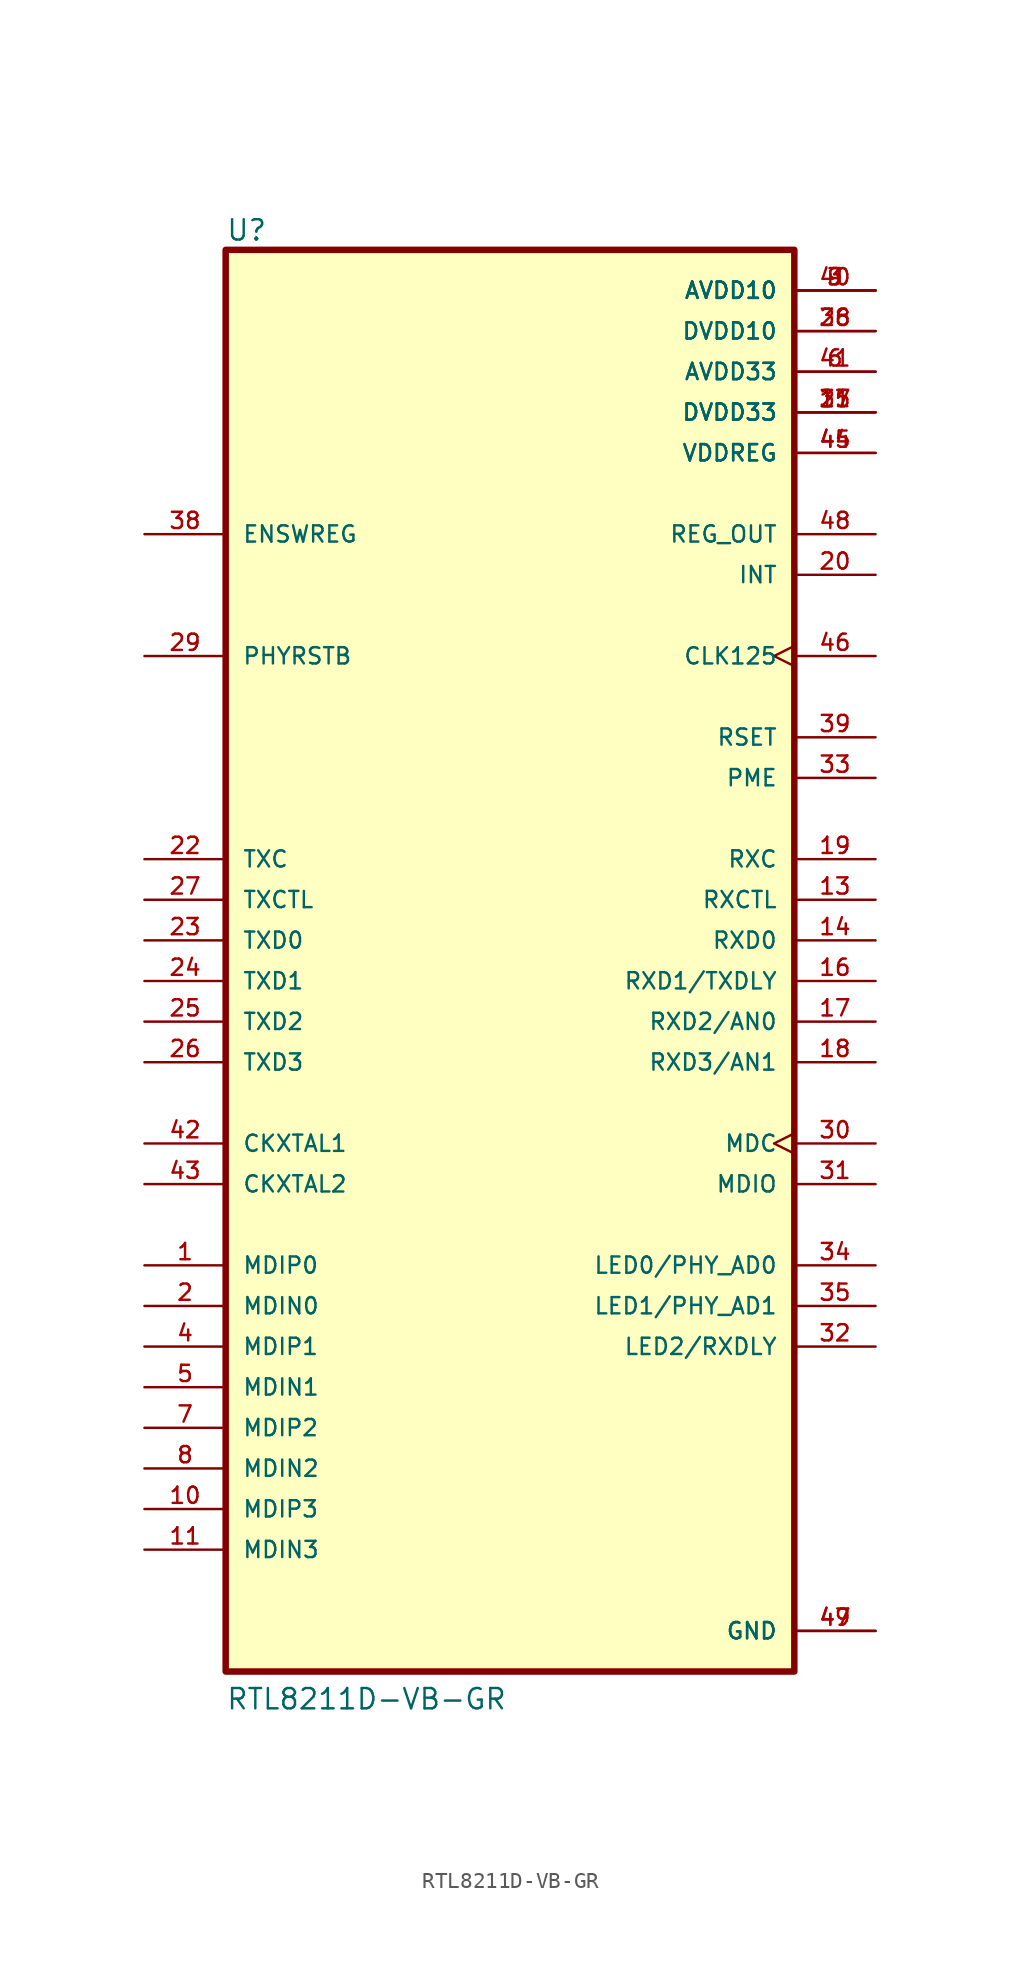
<source format=kicad_sym>
(kicad_symbol_lib
  (version 20211014)
  (generator kicad_symbol_editor)
  (symbol "RTL8211D-VB-GR"
    (pin_names
      (offset 1.016))
    (property "Reference" "U"
      (at -17.78 43.663 0)
      (effects (font (size 1.27 1.27)) (justify left bottom)))
    (property "Value" "RTL8211D-VB-GR"
      (at -17.78 -48.184 0)
      (effects (font (size 1.27 1.27)) (justify left bottom)))
    (property "ki_locked" ""
      (at 0 0 0)
      (effects (font (size 1.27 1.27))))
    (symbol "RTL8211D-VB-GR_0_0"
      (rectangle (start -17.78 -45.72) (end 17.78 43.18) (stroke (width 0.406) (type default) (color 0 0 0 0)) (fill (type background)))
      (pin bidirectional line (at -22.86 -20.32 0) (length 5.08) (name "MDIP0" (effects (font (size 1.016 1.016)))) (number "1" (effects (font (size 1.016 1.016)))))
      (pin bidirectional line (at -22.86 -35.56 0) (length 5.08) (name "MDIP3" (effects (font (size 1.016 1.016)))) (number "10" (effects (font (size 1.016 1.016)))))
      (pin bidirectional line (at -22.86 -38.1 0) (length 5.08) (name "MDIN3" (effects (font (size 1.016 1.016)))) (number "11" (effects (font (size 1.016 1.016)))))
      (pin output line (at 22.86 2.54 180) (length 5.08) (name "RXCTL" (effects (font (size 1.016 1.016)))) (number "13" (effects (font (size 1.016 1.016)))))
      (pin bidirectional line (at 22.86 0 180) (length 5.08) (name "RXD0" (effects (font (size 1.016 1.016)))) (number "14" (effects (font (size 1.016 1.016)))))
      (pin power_in line (at 22.86 33.02 180) (length 5.08) (name "DVDD33" (effects (font (size 1.016 1.016)))) (number "15" (effects (font (size 1.016 1.016)))))
      (pin bidirectional line (at 22.86 -2.54 180) (length 5.08) (name "RXD1/TXDLY" (effects (font (size 1.016 1.016)))) (number "16" (effects (font (size 1.016 1.016)))))
      (pin bidirectional line (at 22.86 -5.08 180) (length 5.08) (name "RXD2/AN0" (effects (font (size 1.016 1.016)))) (number "17" (effects (font (size 1.016 1.016)))))
      (pin bidirectional line (at 22.86 -7.62 180) (length 5.08) (name "RXD3/AN1" (effects (font (size 1.016 1.016)))) (number "18" (effects (font (size 1.016 1.016)))))
      (pin output line (at 22.86 5.08 180) (length 5.08) (name "RXC" (effects (font (size 1.016 1.016)))) (number "19" (effects (font (size 1.016 1.016)))))
      (pin bidirectional line (at -22.86 -22.86 0) (length 5.08) (name "MDIN0" (effects (font (size 1.016 1.016)))) (number "2" (effects (font (size 1.016 1.016)))))
      (pin output line (at 22.86 22.86 180) (length 5.08) (name "INT" (effects (font (size 1.016 1.016)))) (number "20" (effects (font (size 1.016 1.016)))))
      (pin power_in line (at 22.86 33.02 180) (length 5.08) (name "DVDD33" (effects (font (size 1.016 1.016)))) (number "21" (effects (font (size 1.016 1.016)))))
      (pin input line (at -22.86 5.08 0) (length 5.08) (name "TXC" (effects (font (size 1.016 1.016)))) (number "22" (effects (font (size 1.016 1.016)))))
      (pin input line (at -22.86 0 0) (length 5.08) (name "TXD0" (effects (font (size 1.016 1.016)))) (number "23" (effects (font (size 1.016 1.016)))))
      (pin input line (at -22.86 -2.54 0) (length 5.08) (name "TXD1" (effects (font (size 1.016 1.016)))) (number "24" (effects (font (size 1.016 1.016)))))
      (pin input line (at -22.86 -5.08 0) (length 5.08) (name "TXD2" (effects (font (size 1.016 1.016)))) (number "25" (effects (font (size 1.016 1.016)))))
      (pin input line (at -22.86 -7.62 0) (length 5.08) (name "TXD3" (effects (font (size 1.016 1.016)))) (number "26" (effects (font (size 1.016 1.016)))))
      (pin input line (at -22.86 2.54 0) (length 5.08) (name "TXCTL" (effects (font (size 1.016 1.016)))) (number "27" (effects (font (size 1.016 1.016)))))
      (pin power_in line (at 22.86 38.1 180) (length 5.08) (name "DVDD10" (effects (font (size 1.016 1.016)))) (number "28" (effects (font (size 1.016 1.016)))))
      (pin input line (at -22.86 17.78 0) (length 5.08) (name "PHYRSTB" (effects (font (size 1.016 1.016)))) (number "29" (effects (font (size 1.016 1.016)))))
      (pin power_in line (at 22.86 40.64 180) (length 5.08) (name "AVDD10" (effects (font (size 1.016 1.016)))) (number "3" (effects (font (size 1.016 1.016)))))
      (pin input clock (at 22.86 -12.7 180) (length 5.08) (name "MDC" (effects (font (size 1.016 1.016)))) (number "30" (effects (font (size 1.016 1.016)))))
      (pin bidirectional line (at 22.86 -15.24 180) (length 5.08) (name "MDIO" (effects (font (size 1.016 1.016)))) (number "31" (effects (font (size 1.016 1.016)))))
      (pin bidirectional line (at 22.86 -25.4 180) (length 5.08) (name "LED2/RXDLY" (effects (font (size 1.016 1.016)))) (number "32" (effects (font (size 1.016 1.016)))))
      (pin output line (at 22.86 10.16 180) (length 5.08) (name "PME" (effects (font (size 1.016 1.016)))) (number "33" (effects (font (size 1.016 1.016)))))
      (pin bidirectional line (at 22.86 -20.32 180) (length 5.08) (name "LED0/PHY_AD0" (effects (font (size 1.016 1.016)))) (number "34" (effects (font (size 1.016 1.016)))))
      (pin bidirectional line (at 22.86 -22.86 180) (length 5.08) (name "LED1/PHY_AD1" (effects (font (size 1.016 1.016)))) (number "35" (effects (font (size 1.016 1.016)))))
      (pin power_in line (at 22.86 38.1 180) (length 5.08) (name "DVDD10" (effects (font (size 1.016 1.016)))) (number "36" (effects (font (size 1.016 1.016)))))
      (pin power_in line (at 22.86 33.02 180) (length 5.08) (name "DVDD33" (effects (font (size 1.016 1.016)))) (number "37" (effects (font (size 1.016 1.016)))))
      (pin input line (at -22.86 25.4 0) (length 5.08) (name "ENSWREG" (effects (font (size 1.016 1.016)))) (number "38" (effects (font (size 1.016 1.016)))))
      (pin output line (at 22.86 12.7 180) (length 5.08) (name "RSET" (effects (font (size 1.016 1.016)))) (number "39" (effects (font (size 1.016 1.016)))))
      (pin bidirectional line (at -22.86 -25.4 0) (length 5.08) (name "MDIP1" (effects (font (size 1.016 1.016)))) (number "4" (effects (font (size 1.016 1.016)))))
      (pin power_in line (at 22.86 40.64 180) (length 5.08) (name "AVDD10" (effects (font (size 1.016 1.016)))) (number "40" (effects (font (size 1.016 1.016)))))
      (pin power_in line (at 22.86 35.56 180) (length 5.08) (name "AVDD33" (effects (font (size 1.016 1.016)))) (number "41" (effects (font (size 1.016 1.016)))))
      (pin input line (at -22.86 -12.7 0) (length 5.08) (name "CKXTAL1" (effects (font (size 1.016 1.016)))) (number "42" (effects (font (size 1.016 1.016)))))
      (pin output line (at -22.86 -15.24 0) (length 5.08) (name "CKXTAL2" (effects (font (size 1.016 1.016)))) (number "43" (effects (font (size 1.016 1.016)))))
      (pin power_in line (at 22.86 30.48 180) (length 5.08) (name "VDDREG" (effects (font (size 1.016 1.016)))) (number "44" (effects (font (size 1.016 1.016)))))
      (pin power_in line (at 22.86 30.48 180) (length 5.08) (name "VDDREG" (effects (font (size 1.016 1.016)))) (number "45" (effects (font (size 1.016 1.016)))))
      (pin output clock (at 22.86 17.78 180) (length 5.08) (name "CLK125" (effects (font (size 1.016 1.016)))) (number "46" (effects (font (size 1.016 1.016)))))
      (pin power_in line (at 22.86 -43.18 180) (length 5.08) (name "GND" (effects (font (size 1.016 1.016)))) (number "47" (effects (font (size 1.016 1.016)))))
      (pin output line (at 22.86 25.4 180) (length 5.08) (name "REG_OUT" (effects (font (size 1.016 1.016)))) (number "48" (effects (font (size 1.016 1.016)))))
      (pin power_in line (at 22.86 -43.18 180) (length 5.08) (name "GND" (effects (font (size 1.016 1.016)))) (number "49" (effects (font (size 1.016 1.016)))))
      (pin bidirectional line (at -22.86 -27.94 0) (length 5.08) (name "MDIN1" (effects (font (size 1.016 1.016)))) (number "5" (effects (font (size 1.016 1.016)))))
      (pin power_in line (at 22.86 35.56 180) (length 5.08) (name "AVDD33" (effects (font (size 1.016 1.016)))) (number "6" (effects (font (size 1.016 1.016)))))
      (pin bidirectional line (at -22.86 -30.48 0) (length 5.08) (name "MDIP2" (effects (font (size 1.016 1.016)))) (number "7" (effects (font (size 1.016 1.016)))))
      (pin bidirectional line (at -22.86 -33.02 0) (length 5.08) (name "MDIN2" (effects (font (size 1.016 1.016)))) (number "8" (effects (font (size 1.016 1.016)))))
      (pin power_in line (at 22.86 40.64 180) (length 5.08) (name "AVDD10" (effects (font (size 1.016 1.016)))) (number "9" (effects (font (size 1.016 1.016))))))))
</source>
